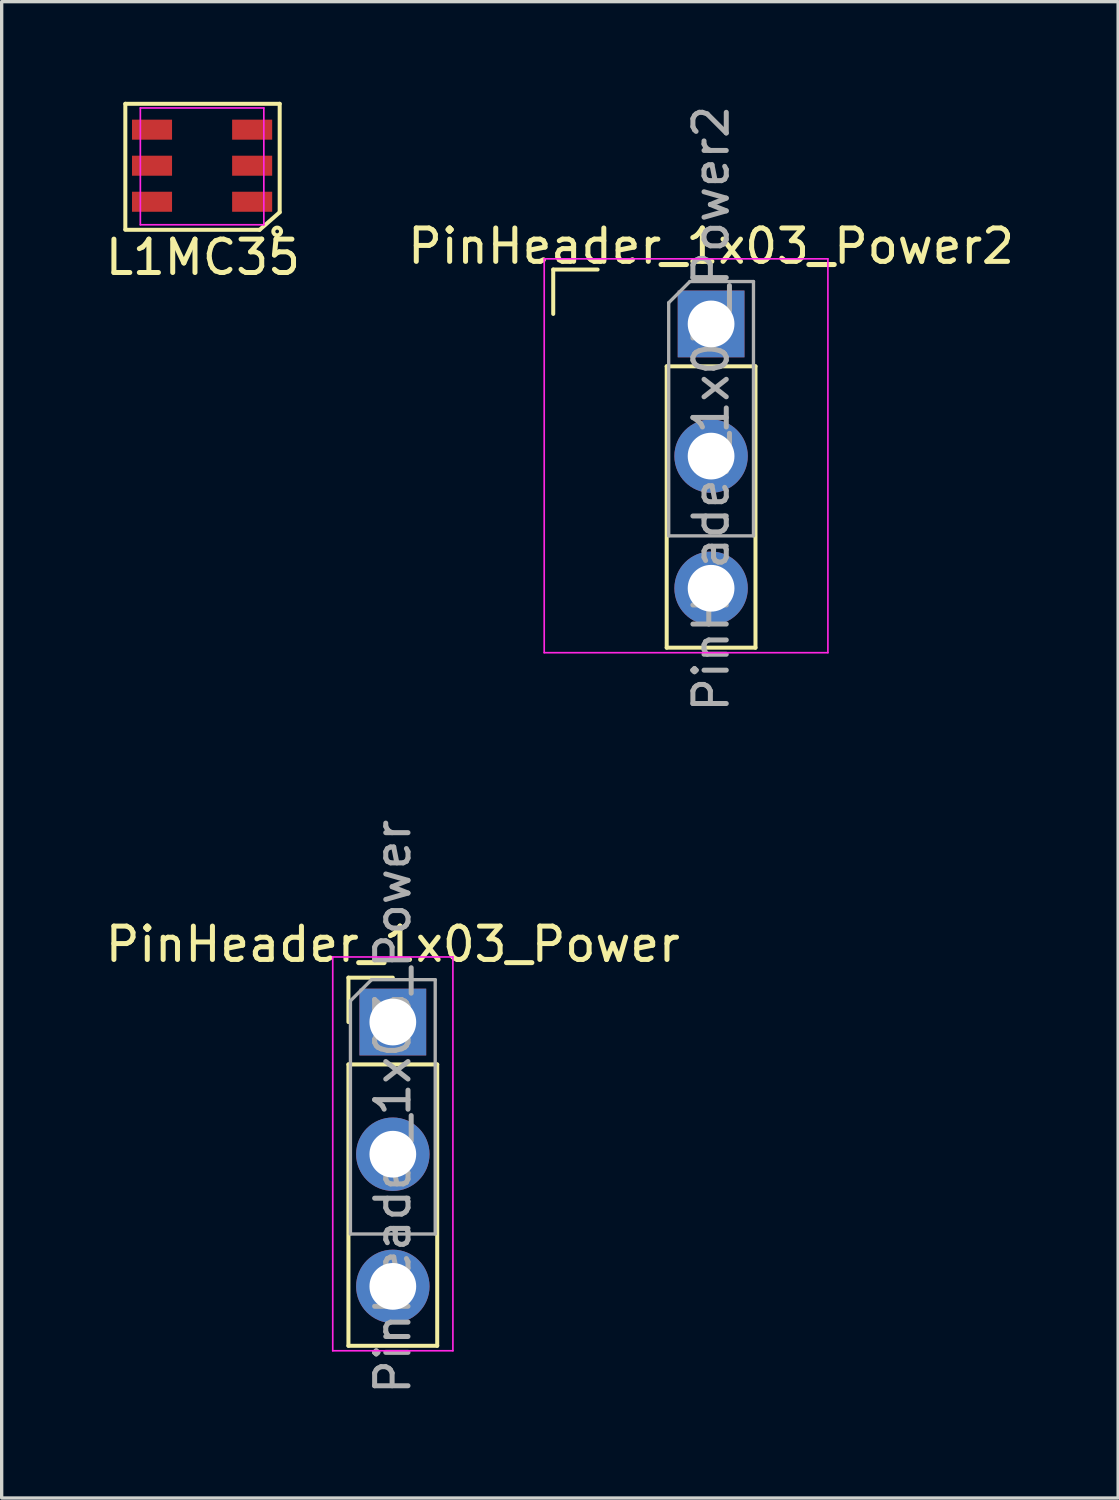
<source format=kicad_pcb>
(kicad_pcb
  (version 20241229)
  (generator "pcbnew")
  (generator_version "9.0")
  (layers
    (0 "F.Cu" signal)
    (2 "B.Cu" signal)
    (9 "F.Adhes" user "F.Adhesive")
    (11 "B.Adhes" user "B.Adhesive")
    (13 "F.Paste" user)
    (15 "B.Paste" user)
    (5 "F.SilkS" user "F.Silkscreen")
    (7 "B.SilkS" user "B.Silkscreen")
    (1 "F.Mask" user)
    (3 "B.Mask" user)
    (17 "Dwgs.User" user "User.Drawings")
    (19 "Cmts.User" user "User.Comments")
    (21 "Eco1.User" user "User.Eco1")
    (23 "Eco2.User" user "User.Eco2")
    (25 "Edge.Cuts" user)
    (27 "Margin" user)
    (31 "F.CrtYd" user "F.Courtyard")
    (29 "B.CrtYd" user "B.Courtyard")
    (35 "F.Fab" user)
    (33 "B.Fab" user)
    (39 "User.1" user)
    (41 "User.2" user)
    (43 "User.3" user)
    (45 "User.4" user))
  (footprint "L1MC35"
    (layer "F.Cu")
    (at 3.005 1.935)
    (property "Reference" "L1MC35" (at 0.025 2.725 180) (layer "F.SilkS") (effects (font (size 1 1) (thickness 0.15))))
    (attr smd)
    (fp_line (start -2.3 -1.875) (end 2.325 -1.875) (stroke (width 0.12) (type solid)) (layer "F.SilkS"))
    (fp_line (start -2.3 1.885) (end -2.3 -1.875) (stroke (width 0.12) (type solid)) (layer "F.SilkS"))
    (fp_line (start 1.725 1.9) (end -2.3 1.9) (stroke (width 0.12) (type solid)) (layer "F.SilkS"))
    (fp_line (start 2.325 -1.875) (end 2.325 1.375) (stroke (width 0.12) (type solid)) (layer "F.SilkS"))
    (fp_line (start 2.325 1.375) (end 1.725 1.9) (stroke (width 0.12) (type solid)) (layer "F.SilkS"))
    (fp_circle (center 2.25 1.95) (end 2.3 1.925) (stroke (width 0.12) (type solid)) (fill no) (layer "F.SilkS"))
    (fp_line (start -1.85 -1.75) (end 1.85 -1.75) (stroke (width 0.05) (type solid)) (layer "F.CrtYd"))
    (fp_line (start -1.85 1.75) (end -1.85 -1.75) (stroke (width 0.05) (type solid)) (layer "F.CrtYd"))
    (fp_line (start 1.85 -1.75) (end 1.85 1.75) (stroke (width 0.05) (type solid)) (layer "F.CrtYd"))
    (fp_line (start 1.85 1.75) (end -1.85 1.75) (stroke (width 0.05) (type solid)) (layer "F.CrtYd"))
    (pad "1" smd rect (at -1.5 -1.1 90) (size 0.6 1.2) (layers "F.Cu" "F.Mask" "F.Paste"))
    (pad "2" smd rect (at 1.5 -1.1 90) (size 0.6 1.2) (layers "F.Cu" "F.Mask" "F.Paste"))
    (pad "3" smd rect (at -1.5 -0.02 90) (size 0.6 1.2) (layers "F.Cu" "F.Mask" "F.Paste"))
    (pad "4" smd rect (at 1.5 -0.02 90) (size 0.6 1.2) (layers "F.Cu" "F.Mask" "F.Paste"))
    (pad "5" smd rect (at -1.5 1.06 90) (size 0.6 1.2) (layers "F.Cu" "F.Mask" "F.Paste"))
    (pad "6" smd rect (at 1.5 1.06 90) (size 0.6 1.2) (layers "F.Cu" "F.Mask" "F.Paste")))
  (footprint "PinHeader_1x03_Power"
    (layer "F.Cu")
    (at 8.72 27.423)
    (property "Reference" "PinHeader_1x03_Power" (at 0 -2.18 180) (layer "F.SilkS") (effects (font (size 1 1) (thickness 0.15))))
    (attr through_hole)
    (fp_line (start -1.33 -1.18) (end 0 -1.18) (stroke (width 0.12) (type solid)) (layer "F.SilkS"))
    (fp_line (start -1.33 0.15) (end -1.33 -1.18) (stroke (width 0.12) (type solid)) (layer "F.SilkS"))
    (fp_line (start -1.33 1.42) (end -1.33 9.85) (stroke (width 0.12) (type solid)) (layer "F.SilkS"))
    (fp_line (start -1.33 1.42) (end 1.33 1.42) (stroke (width 0.12) (type solid)) (layer "F.SilkS"))
    (fp_line (start -1.33 9.85) (end 1.33 9.85) (stroke (width 0.12) (type solid)) (layer "F.SilkS"))
    (fp_line (start 1.33 1.42) (end 1.33 9.85) (stroke (width 0.12) (type solid)) (layer "F.SilkS"))
    (fp_line (start -1.8 -1.8) (end -1.8 10) (stroke (width 0.05) (type solid)) (layer "F.CrtYd"))
    (fp_line (start -1.8 10) (end 1.8 10) (stroke (width 0.05) (type solid)) (layer "F.CrtYd"))
    (fp_line (start 1.8 -1.8) (end -1.8 -1.8) (stroke (width 0.05) (type solid)) (layer "F.CrtYd"))
    (fp_line (start 1.8 10) (end 1.8 -1.8) (stroke (width 0.05) (type solid)) (layer "F.CrtYd"))
    (fp_line (start -1.27 -0.485) (end -0.635 -1.12) (stroke (width 0.1) (type solid)) (layer "F.Fab"))
    (fp_line (start -1.27 6.5) (end -1.27 -0.485) (stroke (width 0.1) (type solid)) (layer "F.Fab"))
    (fp_line (start -0.635 -1.12) (end 1.27 -1.12) (stroke (width 0.1) (type solid)) (layer "F.Fab"))
    (fp_line (start 1.27 -1.12) (end 1.27 6.5) (stroke (width 0.1) (type solid)) (layer "F.Fab"))
    (fp_line (start 1.27 6.5) (end -1.27 6.5) (stroke (width 0.1) (type solid)) (layer "F.Fab"))
    (fp_text user "${REFERENCE}" (at 0 2.69 270) (layer "F.Fab") (effects (font (size 1 1) (thickness 0.15))))
    (pad "1" thru_hole rect (at 0 0.15) (size 2 2) (drill 1.4) (layers "*.Cu" "*.Mask"))
    (pad "2" thru_hole oval (at 0 4.11) (size 2.2 2.2) (drill 1.4) (layers "*.Cu" "*.Mask"))
    (pad "3" thru_hole oval (at 0 8.07) (size 2.2 2.2) (drill 1.4) (layers "*.Cu" "*.Mask")))
  (footprint "PinHeader_1x03_Power2"
    (layer "F.Cu")
    (at 18.256 6.506)
    (property "Reference" "PinHeader_1x03_Power2" (at 0 -2.18 180) (layer "F.SilkS") (effects (font (size 1 1) (thickness 0.15))))
    (attr through_hole)
    (fp_line (start -4.73 -1.48) (end -3.4 -1.48) (stroke (width 0.12) (type solid)) (layer "F.SilkS"))
    (fp_line (start -4.73 -0.15) (end -4.73 -1.48) (stroke (width 0.12) (type solid)) (layer "F.SilkS"))
    (fp_line (start -1.33 1.42) (end -1.33 9.85) (stroke (width 0.12) (type solid)) (layer "F.SilkS"))
    (fp_line (start -1.33 1.42) (end 1.33 1.42) (stroke (width 0.12) (type solid)) (layer "F.SilkS"))
    (fp_line (start -1.33 9.85) (end 1.33 9.85) (stroke (width 0.12) (type solid)) (layer "F.SilkS"))
    (fp_line (start 1.33 1.42) (end 1.33 9.85) (stroke (width 0.12) (type solid)) (layer "F.SilkS"))
    (fp_line (start -5 -1.8) (end -5 10) (stroke (width 0.05) (type solid)) (layer "F.CrtYd"))
    (fp_line (start -5 10) (end 3.5 10) (stroke (width 0.05) (type solid)) (layer "F.CrtYd"))
    (fp_line (start 3.5 -1.8) (end -5 -1.8) (stroke (width 0.05) (type solid)) (layer "F.CrtYd"))
    (fp_line (start 3.5 10) (end 3.5 -1.8) (stroke (width 0.05) (type solid)) (layer "F.CrtYd"))
    (fp_line (start -1.27 -0.485) (end -0.635 -1.12) (stroke (width 0.1) (type solid)) (layer "F.Fab"))
    (fp_line (start -1.27 6.5) (end -1.27 -0.485) (stroke (width 0.1) (type solid)) (layer "F.Fab"))
    (fp_line (start -0.635 -1.12) (end 1.27 -1.12) (stroke (width 0.1) (type solid)) (layer "F.Fab"))
    (fp_line (start 1.27 -1.12) (end 1.27 6.5) (stroke (width 0.1) (type solid)) (layer "F.Fab"))
    (fp_line (start 1.27 6.5) (end -1.27 6.5) (stroke (width 0.1) (type solid)) (layer "F.Fab"))
    (fp_text user "${REFERENCE}" (at 0 2.69 270) (layer "F.Fab") (effects (font (size 1 1) (thickness 0.15))))
    (pad "1" thru_hole rect (at 0 0.15) (size 2 2) (drill 1.4) (layers "*.Cu" "*.Mask"))
    (pad "2" thru_hole oval (at 0 4.11) (size 2.2 2.2) (drill 1.4) (layers "*.Cu" "*.Mask"))
    (pad "3" thru_hole oval (at 0 8.07) (size 2.2 2.2) (drill 1.4) (layers "*.Cu" "*.Mask")))
  (gr_rect
    (start -3 -3)
    (end 30.452 41.833)
    (stroke (width 0.1) (type default))
    (fill no)
    (layer "Edge.Cuts")))
</source>
